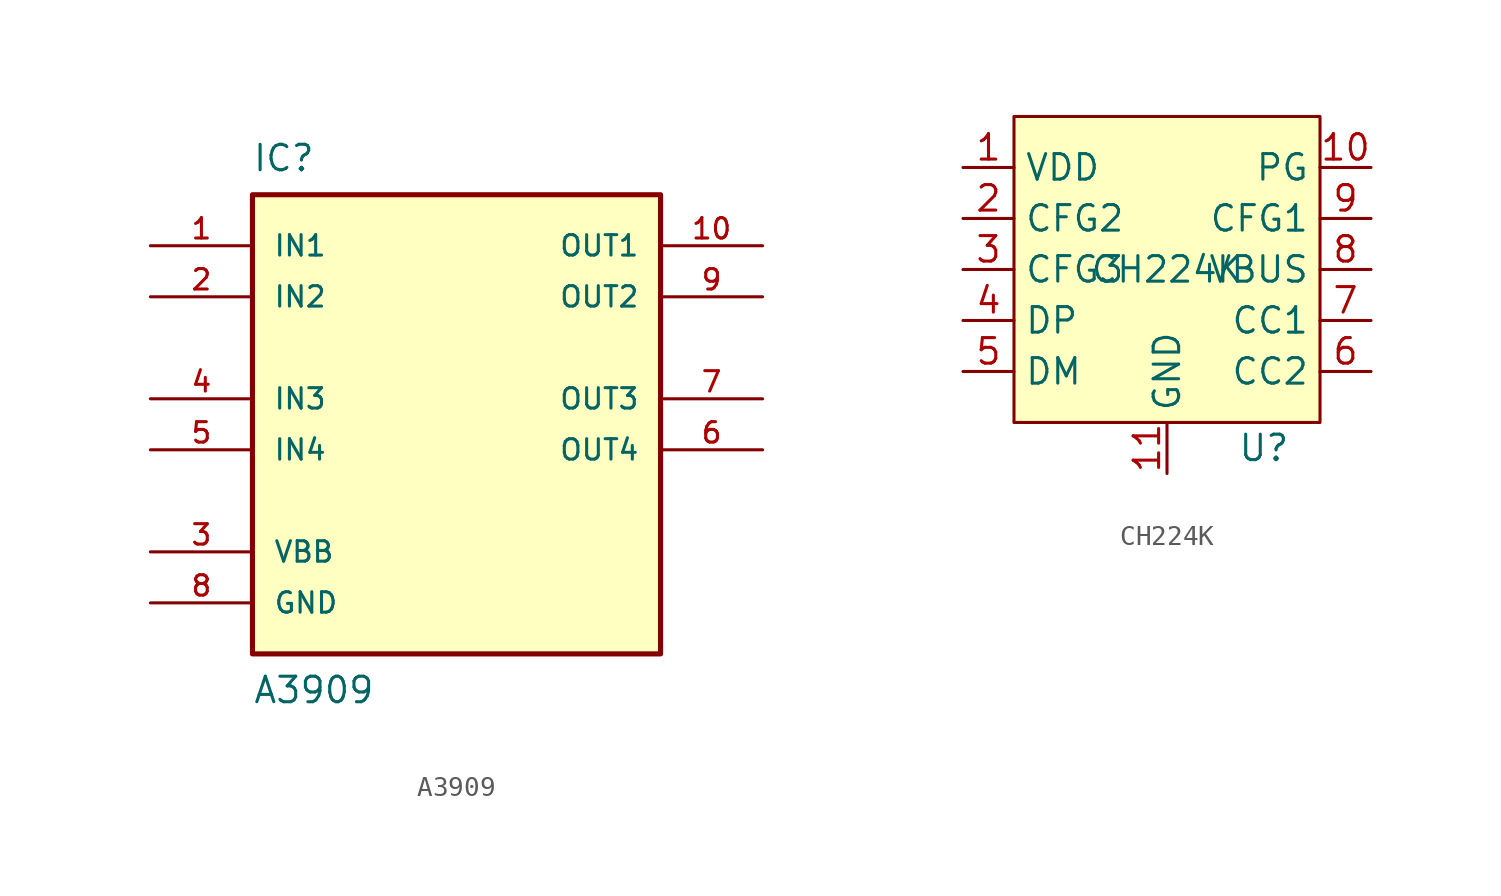
<source format=kicad_sym>
(kicad_symbol_lib
  (version 20231120)
  (generator "kicad_symbol_editor")
  (generator_version "8.0")
  (symbol "A3909"
    (pin_names
      (offset 1.016))
    (property "Reference" "IC"
      (at -10.18 12.725 0)
      (effects (font (size 1.27 1.27)) (justify left top)))
    (property "Value" "A3909"
      (at -10.163 -15.244 0)
      (effects (font (size 1.27 1.27)) (justify left bottom)))
    (symbol "A3909_0_0"
      (rectangle (start -10.16 10.16) (end 10.16 -12.7) (stroke (width 0.254) (type default)) (fill (type background)))
      (pin bidirectional line (at -15.24 7.62 0) (length 5.08) (name "IN1" (effects (font (size 1.016 1.016)))) (number "1" (effects (font (size 1.016 1.016)))))
      (pin passive line (at 15.24 7.62 180) (length 5.08) (name "OUT1" (effects (font (size 1.016 1.016)))) (number "10" (effects (font (size 1.016 1.016)))))
      (pin bidirectional line (at -15.24 5.08 0) (length 5.08) (name "IN2" (effects (font (size 1.016 1.016)))) (number "2" (effects (font (size 1.016 1.016)))))
      (pin power_in line (at -15.24 -7.62 0) (length 5.08) (name "VBB" (effects (font (size 1.016 1.016)))) (number "3" (effects (font (size 1.016 1.016)))))
      (pin bidirectional line (at -15.24 0 0) (length 5.08) (name "IN3" (effects (font (size 1.016 1.016)))) (number "4" (effects (font (size 1.016 1.016)))))
      (pin bidirectional line (at -15.24 -2.54 0) (length 5.08) (name "IN4" (effects (font (size 1.016 1.016)))) (number "5" (effects (font (size 1.016 1.016)))))
      (pin passive line (at 15.24 -2.54 180) (length 5.08) (name "OUT4" (effects (font (size 1.016 1.016)))) (number "6" (effects (font (size 1.016 1.016)))))
      (pin passive line (at 15.24 0 180) (length 5.08) (name "OUT3" (effects (font (size 1.016 1.016)))) (number "7" (effects (font (size 1.016 1.016)))))
      (pin power_in line (at -15.24 -10.16 0) (length 5.08) (name "GND" (effects (font (size 1.016 1.016)))) (number "8" (effects (font (size 1.016 1.016)))))
      (pin passive line (at 15.24 5.08 180) (length 5.08) (name "OUT2" (effects (font (size 1.016 1.016)))) (number "9" (effects (font (size 1.016 1.016)))))))
  (symbol "CH224K"
    (property "Reference" "U"
      (at 4.826 -8.89 0)
      (effects (font (size 1.27 1.27))))
    (property "Value" "CH224K"
      (at 0 0 0)
      (effects (font (size 1.27 1.27))))
    (symbol "CH224K_1_1"
      (rectangle (start -7.62 7.62) (end 7.62 -7.62) (stroke (width 0) (type default)) (fill (type background)))
      (pin input line (at -10.16 5.08 0) (length 2.54) (name "VDD" (effects (font (size 1.27 1.27)))) (number "1" (effects (font (size 1.27 1.27)))))
      (pin input line (at 10.16 5.08 180) (length 2.54) (name "PG" (effects (font (size 1.27 1.27)))) (number "10" (effects (font (size 1.27 1.27)))))
      (pin input line (at 0 -10.16 90) (length 2.54) (name "GND" (effects (font (size 1.27 1.27)))) (number "11" (effects (font (size 1.27 1.27)))))
      (pin input line (at -10.16 2.54 0) (length 2.54) (name "CFG2" (effects (font (size 1.27 1.27)))) (number "2" (effects (font (size 1.27 1.27)))))
      (pin input line (at -10.16 0 0) (length 2.54) (name "CFG3" (effects (font (size 1.27 1.27)))) (number "3" (effects (font (size 1.27 1.27)))))
      (pin input line (at -10.16 -2.54 0) (length 2.54) (name "DP" (effects (font (size 1.27 1.27)))) (number "4" (effects (font (size 1.27 1.27)))))
      (pin input line (at -10.16 -5.08 0) (length 2.54) (name "DM" (effects (font (size 1.27 1.27)))) (number "5" (effects (font (size 1.27 1.27)))))
      (pin input line (at 10.16 -5.08 180) (length 2.54) (name "CC2" (effects (font (size 1.27 1.27)))) (number "6" (effects (font (size 1.27 1.27)))))
      (pin input line (at 10.16 -2.54 180) (length 2.54) (name "CC1" (effects (font (size 1.27 1.27)))) (number "7" (effects (font (size 1.27 1.27)))))
      (pin input line (at 10.16 0 180) (length 2.54) (name "VBUS" (effects (font (size 1.27 1.27)))) (number "8" (effects (font (size 1.27 1.27)))))
      (pin input line (at 10.16 2.54 180) (length 2.54) (name "CFG1" (effects (font (size 1.27 1.27)))) (number "9" (effects (font (size 1.27 1.27))))))))
</source>
